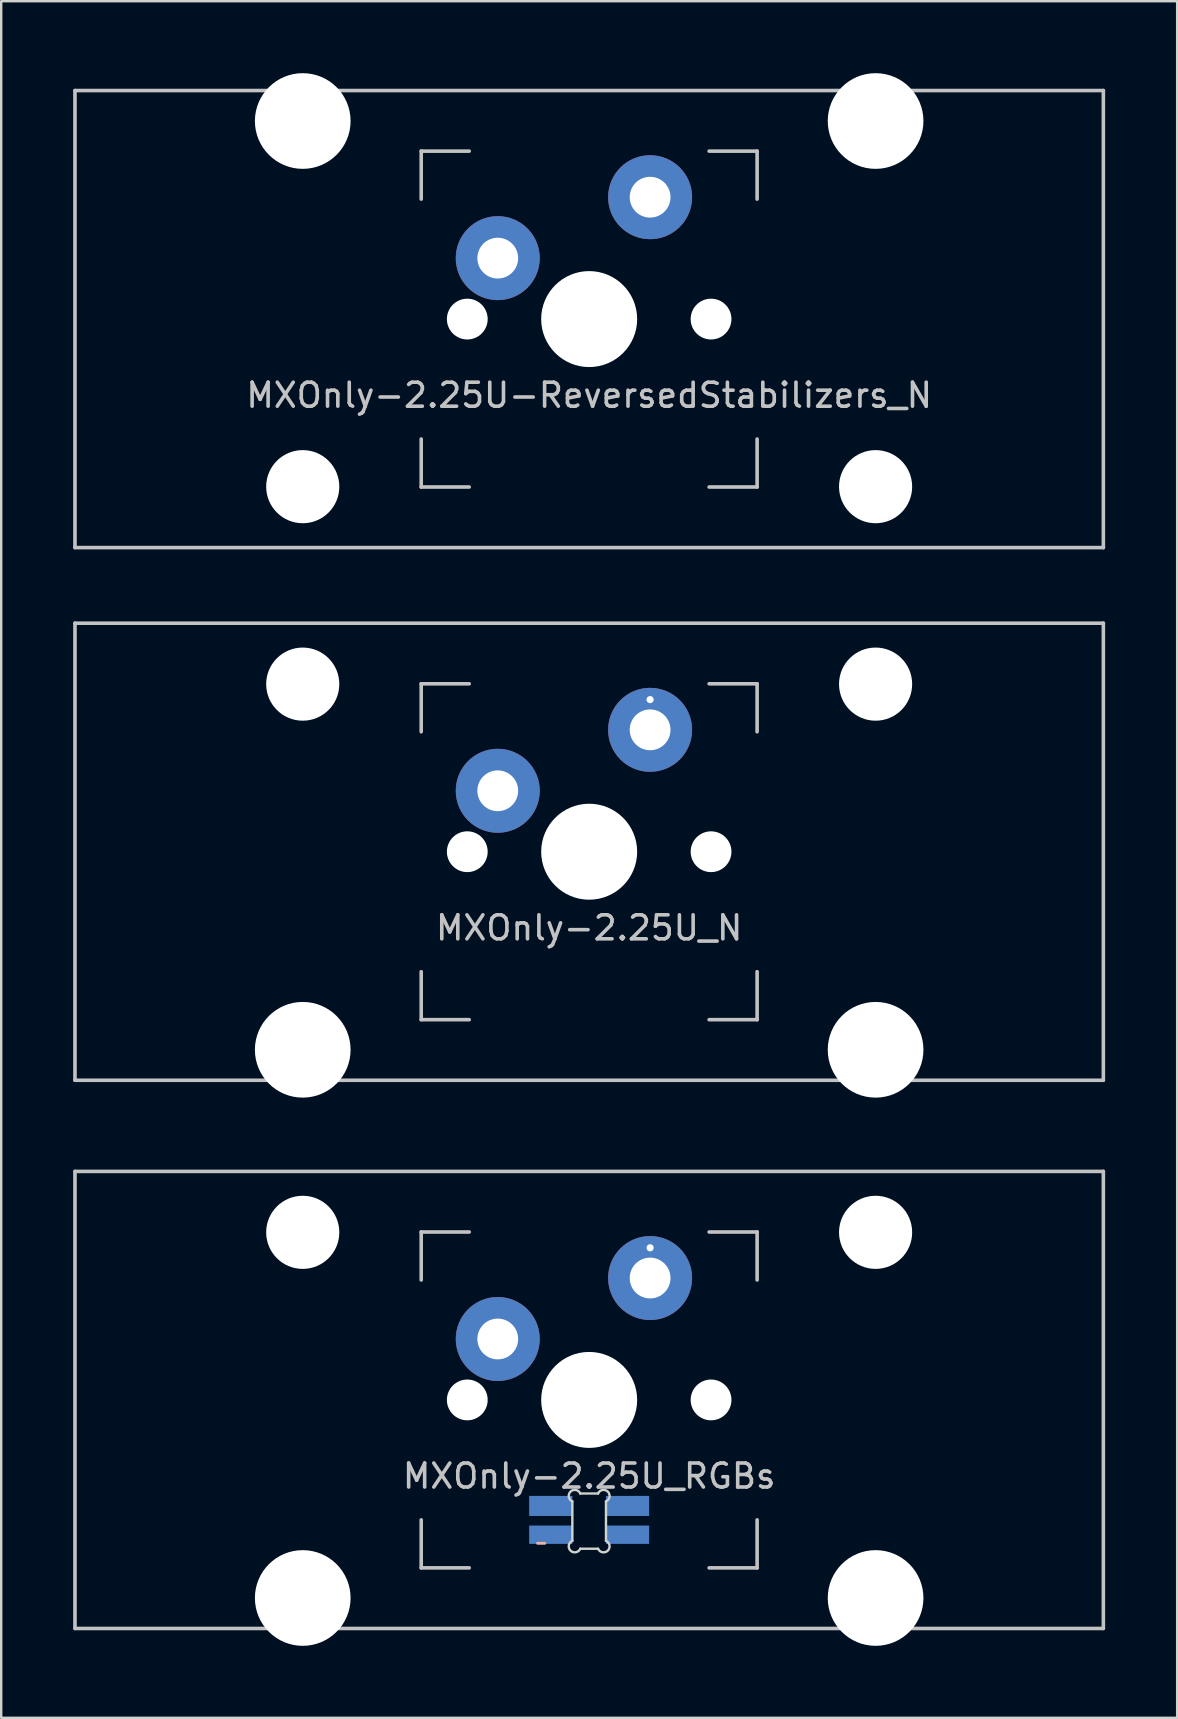
<source format=kicad_pcb>
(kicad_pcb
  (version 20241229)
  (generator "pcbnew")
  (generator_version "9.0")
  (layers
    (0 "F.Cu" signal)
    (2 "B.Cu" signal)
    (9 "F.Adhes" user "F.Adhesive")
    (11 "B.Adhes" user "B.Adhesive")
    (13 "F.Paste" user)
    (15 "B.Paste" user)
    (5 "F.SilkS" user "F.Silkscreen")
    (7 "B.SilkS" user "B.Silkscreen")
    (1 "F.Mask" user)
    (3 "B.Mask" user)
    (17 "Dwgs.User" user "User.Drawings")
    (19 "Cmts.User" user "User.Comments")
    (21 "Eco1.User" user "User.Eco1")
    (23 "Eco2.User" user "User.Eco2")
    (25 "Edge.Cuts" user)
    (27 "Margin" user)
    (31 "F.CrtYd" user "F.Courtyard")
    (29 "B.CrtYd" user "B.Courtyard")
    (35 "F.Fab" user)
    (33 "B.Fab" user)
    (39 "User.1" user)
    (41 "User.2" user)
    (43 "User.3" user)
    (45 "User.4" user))
  (footprint "MXOnly-2.25U-ReversedStabilizers_N"
    (layer "F.Cu")
    (at 21.506 10.249)
    (property "Reference" "MXOnly-2.25U-ReversedStabilizers_N" (at 0 3.175 0) (layer "Dwgs.User") (effects (font (size 1 1) (thickness 0.15))))
    (attr through_hole)
    (fp_line (start -21.431 -9.525) (end 21.431 -9.525) (stroke (width 0.15) (type solid)) (layer "Dwgs.User"))
    (fp_line (start -21.431 9.525) (end -21.431 -9.525) (stroke (width 0.15) (type solid)) (layer "Dwgs.User"))
    (fp_line (start -21.431 9.525) (end 21.431 9.525) (stroke (width 0.15) (type solid)) (layer "Dwgs.User"))
    (fp_line (start -7 -7) (end -7 -5) (stroke (width 0.15) (type solid)) (layer "Dwgs.User"))
    (fp_line (start -7 5) (end -7 7) (stroke (width 0.15) (type solid)) (layer "Dwgs.User"))
    (fp_line (start -7 7) (end -5 7) (stroke (width 0.15) (type solid)) (layer "Dwgs.User"))
    (fp_line (start -5 -7) (end -7 -7) (stroke (width 0.15) (type solid)) (layer "Dwgs.User"))
    (fp_line (start 5 -7) (end 7 -7) (stroke (width 0.15) (type solid)) (layer "Dwgs.User"))
    (fp_line (start 5 7) (end 7 7) (stroke (width 0.15) (type solid)) (layer "Dwgs.User"))
    (fp_line (start 7 -7) (end 7 -5) (stroke (width 0.15) (type solid)) (layer "Dwgs.User"))
    (fp_line (start 7 7) (end 7 5) (stroke (width 0.15) (type solid)) (layer "Dwgs.User"))
    (fp_line (start 21.431 -9.525) (end 21.431 9.525) (stroke (width 0.15) (type solid)) (layer "Dwgs.User"))
    (pad "" np_thru_hole circle (at -11.938 -8.255) (size 3.988 3.988) (drill 3.988) (layers "*.Cu" "*.Mask"))
    (pad "" np_thru_hole circle (at -11.938 6.985) (size 3.048 3.048) (drill 3.048) (layers "*.Cu" "*.Mask"))
    (pad "" np_thru_hole circle (at -5.08 0 48.099) (size 1.7 1.7) (drill 1.7) (layers "*.Cu" "*.Mask"))
    (pad "" smd circle (at -3.81 -2.55) (size 2.5 2.5) (layers "B.Mask"))
    (pad "" np_thru_hole circle (at 0 0) (size 4 4) (drill 4) (layers "*.Cu" "*.Mask"))
    (pad "" smd circle (at 2.54 -5.08) (size 2.5 2.5) (layers "B.Mask"))
    (pad "" np_thru_hole circle (at 5.08 0 48.099) (size 1.7 1.7) (drill 1.7) (layers "*.Cu" "*.Mask"))
    (pad "" np_thru_hole circle (at 11.938 -8.255) (size 3.988 3.988) (drill 3.988) (layers "*.Cu" "*.Mask"))
    (pad "" np_thru_hole circle (at 11.938 6.985) (size 3.048 3.048) (drill 3.048) (layers "*.Cu" "*.Mask"))
    (pad "1" thru_hole circle (at -3.81 -2.54) (size 3.5 3.5) (drill 1.7) (layers "*.Cu"))
    (pad "2" thru_hole circle (at 2.54 -5.08) (size 3.5 3.5) (drill 1.7) (layers "*.Cu")))
  (footprint "MXOnly-2.25U_RGBs"
    (layer "F.Cu")
    (at 21.506 55.298)
    (property "Reference" "MXOnly-2.25U_RGBs" (at 0 3.175 0) (layer "Dwgs.User") (effects (font (size 1 1) (thickness 0.15))))
    (attr through_hole)
    (fp_line (start -2.15 5.975) (end -1.85 5.975) (stroke (width 0.12) (type solid)) (layer "B.SilkS"))
    (fp_line (start -21.431 -9.525) (end 21.431 -9.525) (stroke (width 0.15) (type solid)) (layer "Dwgs.User"))
    (fp_line (start -21.431 9.525) (end -21.431 -9.525) (stroke (width 0.15) (type solid)) (layer "Dwgs.User"))
    (fp_line (start -21.431 9.525) (end 21.431 9.525) (stroke (width 0.15) (type solid)) (layer "Dwgs.User"))
    (fp_line (start -7 -7) (end -7 -5) (stroke (width 0.15) (type solid)) (layer "Dwgs.User"))
    (fp_line (start -7 5) (end -7 7) (stroke (width 0.15) (type solid)) (layer "Dwgs.User"))
    (fp_line (start -7 7) (end -5 7) (stroke (width 0.15) (type solid)) (layer "Dwgs.User"))
    (fp_line (start -5 -7) (end -7 -7) (stroke (width 0.15) (type solid)) (layer "Dwgs.User"))
    (fp_line (start 5 -7) (end 7 -7) (stroke (width 0.15) (type solid)) (layer "Dwgs.User"))
    (fp_line (start 5 7) (end 7 7) (stroke (width 0.15) (type solid)) (layer "Dwgs.User"))
    (fp_line (start 7 -7) (end 7 -5) (stroke (width 0.15) (type solid)) (layer "Dwgs.User"))
    (fp_line (start 7 7) (end 7 5) (stroke (width 0.15) (type solid)) (layer "Dwgs.User"))
    (fp_line (start 21.431 -9.525) (end 21.431 9.525) (stroke (width 0.15) (type solid)) (layer "Dwgs.User"))
    (fp_line (start -0.701 5.873) (end -0.701 4.229) (stroke (width 0.1) (type solid)) (layer "Edge.Cuts"))
    (fp_line (start -0.372 3.9) (end 0.372 3.9) (stroke (width 0.1) (type solid)) (layer "Edge.Cuts"))
    (fp_line (start 0.372 6.202) (end -0.372 6.202) (stroke (width 0.1) (type solid)) (layer "Edge.Cuts"))
    (fp_line (start 0.701 4.229) (end 0.701 5.873) (stroke (width 0.1) (type solid)) (layer "Edge.Cuts"))
    (fp_arc (start -0.701007 4.229129) (mid -0.777791 3.823216) (end -0.371878 3.9) (stroke (width 0.1) (type solid)) (layer "Edge.Cuts"))
    (fp_arc (start -0.371878 6.202013) (mid -0.777748 6.278754) (end -0.701007 5.872884) (stroke (width 0.1) (type solid)) (layer "Edge.Cuts"))
    (fp_arc (start 0.371877 3.9) (mid 0.777804 3.823208) (end 0.701006 4.229129) (stroke (width 0.1) (type solid)) (layer "Edge.Cuts"))
    (fp_arc (start 0.701006 5.872884) (mid 0.777758 6.278765) (end 0.371877 6.202013) (stroke (width 0.1) (type solid)) (layer "Edge.Cuts"))
    (pad "" np_thru_hole circle (at -11.938 -6.985) (size 3.048 3.048) (drill 3.048) (layers "*.Cu" "*.Mask"))
    (pad "" np_thru_hole circle (at -11.938 8.255) (size 3.988 3.988) (drill 3.988) (layers "*.Cu" "*.Mask"))
    (pad "" np_thru_hole circle (at -5.08 0 48.099) (size 1.7 1.7) (drill 1.7) (layers "*.Cu" "*.Mask"))
    (pad "" smd circle (at -3.81 -2.55) (size 2.5 2.5) (layers "B.Mask"))
    (pad "" np_thru_hole circle (at 0 0) (size 4 4) (drill 4) (layers "*.Cu" "*.Mask"))
    (pad "" smd circle (at 2.54 -5.08) (size 2.5 2.5) (layers "B.Mask"))
    (pad "" np_thru_hole circle (at 5.08 0 48.099) (size 1.7 1.7) (drill 1.7) (layers "*.Cu" "*.Mask"))
    (pad "" np_thru_hole circle (at 11.938 -6.985) (size 3.048 3.048) (drill 3.048) (layers "*.Cu" "*.Mask"))
    (pad "" np_thru_hole circle (at 11.938 8.255) (size 3.988 3.988) (drill 3.988) (layers "*.Cu" "*.Mask"))
    (pad "1" thru_hole circle (at -3.81 -2.54) (size 3.5 3.5) (drill 1.7) (layers "*.Cu"))
    (pad "2" thru_hole circle (at 2.54 -6.34 180) (size 0.4 0.4) (drill 0.3) (layers "*.Cu" "B.Mask"))
    (pad "2" thru_hole circle (at 2.54 -5.08) (size 3.5 3.5) (drill 1.7) (layers "*.Cu"))
    (pad "3" smd rect (at 1.6 4.418) (size 1.8 0.836) (layers "B.Cu" "B.Mask" "B.Paste"))
    (pad "4" smd rect (at -1.6 4.418) (size 1.8 0.836) (layers "B.Cu" "B.Mask" "B.Paste"))
    (pad "5" smd rect (at 1.6 5.618) (size 1.8 0.764) (layers "B.Cu" "B.Mask" "B.Paste"))
    (pad "6" smd rect (at -1.6 5.618) (size 1.8 0.764) (layers "B.Cu" "B.Mask" "B.Paste")))
  (footprint "MXOnly-2.25U_N"
    (layer "F.Cu")
    (at 21.506 32.449)
    (property "Reference" "MXOnly-2.25U_N" (at 0 3.175 0) (layer "Dwgs.User") (effects (font (size 1 1) (thickness 0.15))))
    (attr through_hole)
    (fp_line (start -21.431 -9.525) (end 21.431 -9.525) (stroke (width 0.15) (type solid)) (layer "Dwgs.User"))
    (fp_line (start -21.431 9.525) (end -21.431 -9.525) (stroke (width 0.15) (type solid)) (layer "Dwgs.User"))
    (fp_line (start -21.431 9.525) (end 21.431 9.525) (stroke (width 0.15) (type solid)) (layer "Dwgs.User"))
    (fp_line (start -7 -7) (end -7 -5) (stroke (width 0.15) (type solid)) (layer "Dwgs.User"))
    (fp_line (start -7 5) (end -7 7) (stroke (width 0.15) (type solid)) (layer "Dwgs.User"))
    (fp_line (start -7 7) (end -5 7) (stroke (width 0.15) (type solid)) (layer "Dwgs.User"))
    (fp_line (start -5 -7) (end -7 -7) (stroke (width 0.15) (type solid)) (layer "Dwgs.User"))
    (fp_line (start 5 -7) (end 7 -7) (stroke (width 0.15) (type solid)) (layer "Dwgs.User"))
    (fp_line (start 5 7) (end 7 7) (stroke (width 0.15) (type solid)) (layer "Dwgs.User"))
    (fp_line (start 7 -7) (end 7 -5) (stroke (width 0.15) (type solid)) (layer "Dwgs.User"))
    (fp_line (start 7 7) (end 7 5) (stroke (width 0.15) (type solid)) (layer "Dwgs.User"))
    (fp_line (start 21.431 -9.525) (end 21.431 9.525) (stroke (width 0.15) (type solid)) (layer "Dwgs.User"))
    (pad "" np_thru_hole circle (at -11.938 -6.985) (size 3.048 3.048) (drill 3.048) (layers "*.Cu" "*.Mask"))
    (pad "" np_thru_hole circle (at -11.938 8.255) (size 3.988 3.988) (drill 3.988) (layers "*.Cu" "*.Mask"))
    (pad "" np_thru_hole circle (at -5.08 0 48.099) (size 1.7 1.7) (drill 1.7) (layers "*.Cu" "*.Mask"))
    (pad "" smd circle (at -3.81 -2.55) (size 2.5 2.5) (layers "B.Mask"))
    (pad "" np_thru_hole circle (at 0 0) (size 4 4) (drill 4) (layers "*.Cu" "*.Mask"))
    (pad "" smd circle (at 2.54 -5.08) (size 2.5 2.5) (layers "B.Mask"))
    (pad "" np_thru_hole circle (at 5.08 0 48.099) (size 1.7 1.7) (drill 1.7) (layers "*.Cu" "*.Mask"))
    (pad "" np_thru_hole circle (at 11.938 -6.985) (size 3.048 3.048) (drill 3.048) (layers "*.Cu" "*.Mask"))
    (pad "" np_thru_hole circle (at 11.938 8.255) (size 3.988 3.988) (drill 3.988) (layers "*.Cu" "*.Mask"))
    (pad "1" thru_hole circle (at -3.81 -2.54) (size 3.5 3.5) (drill 1.7) (layers "*.Cu"))
    (pad "2" thru_hole circle (at 2.54 -6.34 180) (size 0.4 0.4) (drill 0.3) (layers "*.Cu" "B.Mask"))
    (pad "2" thru_hole circle (at 2.54 -5.08) (size 3.5 3.5) (drill 1.7) (layers "*.Cu")))
  (gr_rect
    (start -3 -3)
    (end 46.013 68.547)
    (stroke (width 0.1) (type default))
    (fill no)
    (layer "Edge.Cuts")))
</source>
